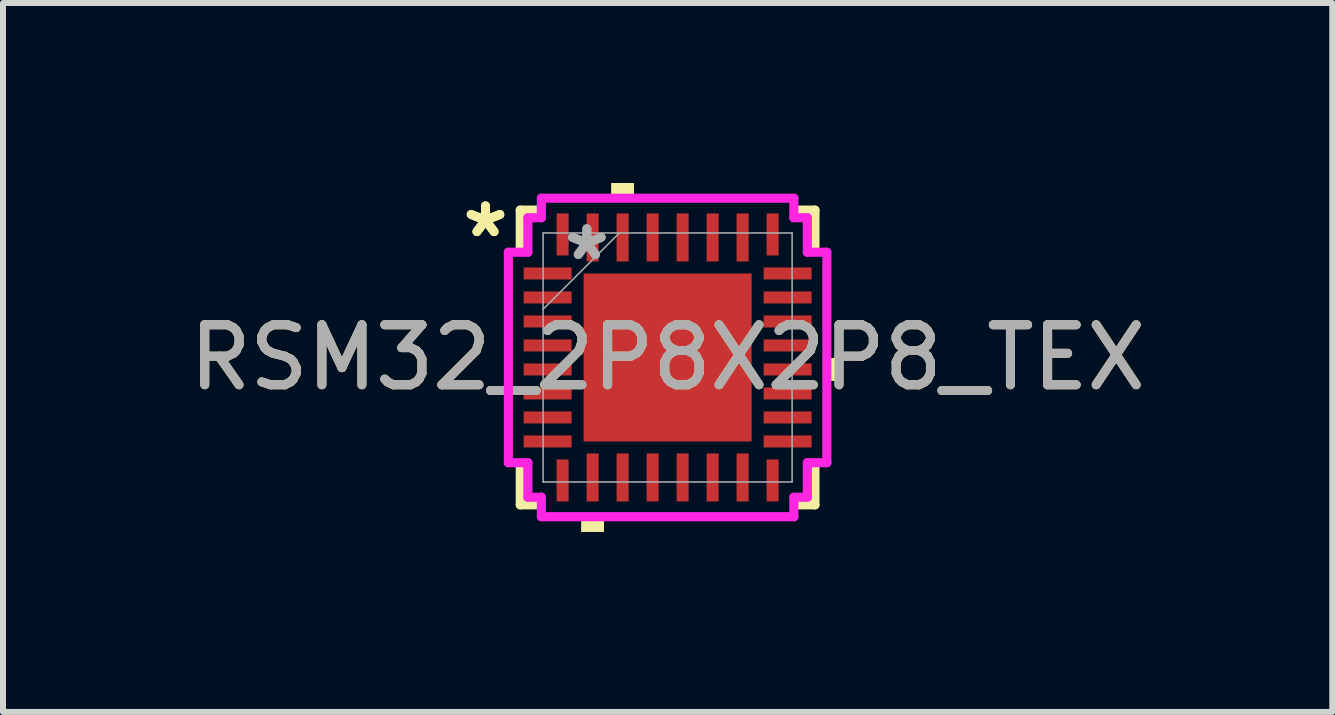
<source format=kicad_pcb>
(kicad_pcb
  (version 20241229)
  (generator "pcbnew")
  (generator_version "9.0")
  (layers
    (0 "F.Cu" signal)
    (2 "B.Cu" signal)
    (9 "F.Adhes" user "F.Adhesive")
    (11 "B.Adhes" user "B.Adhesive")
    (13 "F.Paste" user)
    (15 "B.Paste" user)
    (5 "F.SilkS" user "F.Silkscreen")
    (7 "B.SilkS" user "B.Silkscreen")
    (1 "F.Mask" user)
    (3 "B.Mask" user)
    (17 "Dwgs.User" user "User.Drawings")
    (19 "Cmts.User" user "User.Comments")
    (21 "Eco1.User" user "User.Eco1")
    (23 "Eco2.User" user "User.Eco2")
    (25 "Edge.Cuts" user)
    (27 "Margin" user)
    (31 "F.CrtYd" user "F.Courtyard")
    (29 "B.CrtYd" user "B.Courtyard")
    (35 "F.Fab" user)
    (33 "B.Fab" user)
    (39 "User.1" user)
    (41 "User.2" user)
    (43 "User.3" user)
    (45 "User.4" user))
  (footprint "RSM32_2P8X2P8_TEX"
    (layer "F.Cu")
    (at 8.077 2.908)
    (property "Reference" "RSM32_2P8X2P8_TEX" (at 0 0 0) (unlocked yes) (layer "F.SilkS") (effects (font (size 1 1) (thickness 0.15))))
    (attr smd)
    (fp_poly (pts (xy -1.464 -1.464) (xy -0.987 -1.464) (xy -0.987 1.464) (xy -1.464 1.464)) (stroke (width 0) (type solid)) (fill yes) (layer "F.Mask"))
    (fp_poly (pts (xy -1.464 -1.464) (xy 1.464 -1.464) (xy 1.464 -0.987) (xy -1.464 -0.987)) (stroke (width 0) (type solid)) (fill yes) (layer "F.Mask"))
    (fp_poly (pts (xy -1.464 -0.587) (xy 1.464 -0.587) (xy 1.464 -0.2) (xy -1.464 -0.2)) (stroke (width 0) (type solid)) (fill yes) (layer "F.Mask"))
    (fp_poly (pts (xy -1.464 0.2) (xy 1.464 0.2) (xy 1.464 0.587) (xy -1.464 0.587)) (stroke (width 0) (type solid)) (fill yes) (layer "F.Mask"))
    (fp_poly (pts (xy -1.464 0.987) (xy 1.464 0.987) (xy 1.464 1.464) (xy -1.464 1.464)) (stroke (width 0) (type solid)) (fill yes) (layer "F.Mask"))
    (fp_poly (pts (xy -0.2 -1.464) (xy -0.587 -1.464) (xy -0.587 1.464) (xy -0.2 1.464)) (stroke (width 0) (type solid)) (fill yes) (layer "F.Mask"))
    (fp_poly (pts (xy 0.587 -1.464) (xy 0.2 -1.464) (xy 0.2 1.464) (xy 0.587 1.464)) (stroke (width 0) (type solid)) (fill yes) (layer "F.Mask"))
    (fp_poly (pts (xy 0.987 -1.464) (xy 1.464 -1.464) (xy 1.464 1.464) (xy 0.987 1.464)) (stroke (width 0) (type solid)) (fill yes) (layer "F.Mask"))
    (fp_line (start -2.456 -2.456) (end -2.456 -1.828) (stroke (width 0.152) (type solid)) (layer "F.SilkS"))
    (fp_line (start -2.456 1.828) (end -2.456 2.456) (stroke (width 0.152) (type solid)) (layer "F.SilkS"))
    (fp_line (start -2.456 2.456) (end -2.178 2.456) (stroke (width 0.152) (type solid)) (layer "F.SilkS"))
    (fp_line (start -2.178 -2.456) (end -2.456 -2.456) (stroke (width 0.152) (type solid)) (layer "F.SilkS"))
    (fp_line (start 2.178 2.456) (end 2.456 2.456) (stroke (width 0.152) (type solid)) (layer "F.SilkS"))
    (fp_line (start 2.456 -2.456) (end 2.178 -2.456) (stroke (width 0.152) (type solid)) (layer "F.SilkS"))
    (fp_line (start 2.456 -1.828) (end 2.456 -2.456) (stroke (width 0.152) (type solid)) (layer "F.SilkS"))
    (fp_line (start 2.456 2.456) (end 2.456 1.828) (stroke (width 0.152) (type solid)) (layer "F.SilkS"))
    (fp_poly (pts (xy -1.441 2.654) (xy -1.441 2.908) (xy -1.06 2.908) (xy -1.06 2.654)) (stroke (width 0) (type solid)) (fill yes) (layer "F.SilkS"))
    (fp_poly (pts (xy -0.941 -2.654) (xy -0.941 -2.908) (xy -0.56 -2.908) (xy -0.56 -2.654)) (stroke (width 0) (type solid)) (fill yes) (layer "F.SilkS"))
    (fp_poly (pts (xy 2.908 0.009) (xy 2.908 0.391) (xy 2.654 0.391) (xy 2.654 0.009)) (stroke (width 0) (type solid)) (fill yes) (layer "F.SilkS"))
    (fp_poly (pts (xy -1.325 -1.325) (xy -1.325 -0.887) (xy -1.029 -0.887) (xy -0.887 -1.029) (xy -0.887 -1.325)) (stroke (width 0) (type solid)) (fill yes) (layer "F.Paste"))
    (fp_poly (pts (xy -1.325 0.887) (xy -1.325 1.325) (xy -0.887 1.325) (xy -0.887 1.029) (xy -1.029 0.887)) (stroke (width 0) (type solid)) (fill yes) (layer "F.Paste"))
    (fp_poly (pts (xy 0.887 -1.325) (xy 0.887 -1.029) (xy 1.029 -0.887) (xy 1.325 -0.887) (xy 1.325 -1.325)) (stroke (width 0) (type solid)) (fill yes) (layer "F.Paste"))
    (fp_poly (pts (xy 1.029 0.887) (xy 0.887 1.029) (xy 0.887 1.325) (xy 1.325 1.325) (xy 1.325 0.887)) (stroke (width 0) (type solid)) (fill yes) (layer "F.Paste"))
    (fp_poly (pts (xy -1.325 -0.687) (xy -1.325 -0.1) (xy -1.029 -0.1) (xy -0.887 -0.241) (xy -0.887 -0.546) (xy -1.029 -0.687)) (stroke (width 0) (type solid)) (fill yes) (layer "F.Paste"))
    (fp_poly (pts (xy -1.325 0.1) (xy -1.325 0.687) (xy -1.029 0.687) (xy -0.887 0.546) (xy -0.887 0.241) (xy -1.029 0.1)) (stroke (width 0) (type solid)) (fill yes) (layer "F.Paste"))
    (fp_poly (pts (xy -0.687 -1.325) (xy -0.687 -1.029) (xy -0.546 -0.887) (xy -0.241 -0.887) (xy -0.1 -1.029) (xy -0.1 -1.325)) (stroke (width 0) (type solid)) (fill yes) (layer "F.Paste"))
    (fp_poly (pts (xy -0.546 0.887) (xy -0.687 1.029) (xy -0.687 1.325) (xy -0.1 1.325) (xy -0.1 1.029) (xy -0.241 0.887)) (stroke (width 0) (type solid)) (fill yes) (layer "F.Paste"))
    (fp_poly (pts (xy 0.1 -1.325) (xy 0.1 -1.029) (xy 0.241 -0.887) (xy 0.546 -0.887) (xy 0.687 -1.029) (xy 0.687 -1.325)) (stroke (width 0) (type solid)) (fill yes) (layer "F.Paste"))
    (fp_poly (pts (xy 0.241 0.887) (xy 0.1 1.029) (xy 0.1 1.325) (xy 0.687 1.325) (xy 0.687 1.029) (xy 0.546 0.887)) (stroke (width 0) (type solid)) (fill yes) (layer "F.Paste"))
    (fp_poly (pts (xy 1.029 -0.687) (xy 0.887 -0.546) (xy 0.887 -0.241) (xy 1.029 -0.1) (xy 1.325 -0.1) (xy 1.325 -0.687)) (stroke (width 0) (type solid)) (fill yes) (layer "F.Paste"))
    (fp_poly (pts (xy 1.029 0.1) (xy 0.887 0.241) (xy 0.887 0.546) (xy 1.029 0.687) (xy 1.325 0.687) (xy 1.325 0.1)) (stroke (width 0) (type solid)) (fill yes) (layer "F.Paste"))
    (fp_poly (pts (xy -0.546 -0.687) (xy -0.687 -0.546) (xy -0.687 -0.241) (xy -0.546 -0.1) (xy -0.241 -0.1) (xy -0.1 -0.241) (xy -0.1 -0.546) (xy -0.241 -0.687)) (stroke (width 0) (type solid)) (fill yes) (layer "F.Paste"))
    (fp_poly (pts (xy -0.546 0.1) (xy -0.687 0.241) (xy -0.687 0.546) (xy -0.546 0.687) (xy -0.241 0.687) (xy -0.1 0.546) (xy -0.1 0.241) (xy -0.241 0.1)) (stroke (width 0) (type solid)) (fill yes) (layer "F.Paste"))
    (fp_poly (pts (xy 0.241 -0.687) (xy 0.1 -0.546) (xy 0.1 -0.241) (xy 0.241 -0.1) (xy 0.546 -0.1) (xy 0.687 -0.241) (xy 0.687 -0.546) (xy 0.546 -0.687)) (stroke (width 0) (type solid)) (fill yes) (layer "F.Paste"))
    (fp_poly (pts (xy 0.241 0.1) (xy 0.1 0.241) (xy 0.1 0.546) (xy 0.241 0.687) (xy 0.546 0.687) (xy 0.687 0.546) (xy 0.687 0.241) (xy 0.546 0.1)) (stroke (width 0) (type solid)) (fill yes) (layer "F.Paste"))
    (fp_circle (center -0.787 -0.787) (end -0.597 -0.787) (stroke (width 0.127) (type solid)) (fill no) (layer "Eco1.User"))
    (fp_circle (center -0.787 0) (end -0.597 0) (stroke (width 0.127) (type solid)) (fill no) (layer "Eco1.User"))
    (fp_circle (center -0.787 0.787) (end -0.597 0.787) (stroke (width 0.127) (type solid)) (fill no) (layer "Eco1.User"))
    (fp_circle (center 0 -0.787) (end 0.191 -0.787) (stroke (width 0.127) (type solid)) (fill no) (layer "Eco1.User"))
    (fp_circle (center 0 0) (end 0.191 0) (stroke (width 0.127) (type solid)) (fill no) (layer "Eco1.User"))
    (fp_circle (center 0 0.787) (end 0.191 0.787) (stroke (width 0.127) (type solid)) (fill no) (layer "Eco1.User"))
    (fp_circle (center 0.787 -0.787) (end 0.978 -0.787) (stroke (width 0.127) (type solid)) (fill no) (layer "Eco1.User"))
    (fp_circle (center 0.787 0) (end 0.978 0) (stroke (width 0.127) (type solid)) (fill no) (layer "Eco1.User"))
    (fp_circle (center 0.787 0.787) (end 0.978 0.787) (stroke (width 0.127) (type solid)) (fill no) (layer "Eco1.User"))
    (fp_line (start -2.654 -1.754) (end -2.329 -1.754) (stroke (width 0.152) (type solid)) (layer "F.CrtYd"))
    (fp_line (start -2.654 1.754) (end -2.654 -1.754) (stroke (width 0.152) (type solid)) (layer "F.CrtYd"))
    (fp_line (start -2.329 -2.329) (end -2.104 -2.329) (stroke (width 0.152) (type solid)) (layer "F.CrtYd"))
    (fp_line (start -2.329 -1.754) (end -2.329 -2.329) (stroke (width 0.152) (type solid)) (layer "F.CrtYd"))
    (fp_line (start -2.329 1.754) (end -2.654 1.754) (stroke (width 0.152) (type solid)) (layer "F.CrtYd"))
    (fp_line (start -2.329 2.329) (end -2.329 1.754) (stroke (width 0.152) (type solid)) (layer "F.CrtYd"))
    (fp_line (start -2.104 -2.654) (end 2.104 -2.654) (stroke (width 0.152) (type solid)) (layer "F.CrtYd"))
    (fp_line (start -2.104 -2.329) (end -2.104 -2.654) (stroke (width 0.152) (type solid)) (layer "F.CrtYd"))
    (fp_line (start -2.104 2.329) (end -2.329 2.329) (stroke (width 0.152) (type solid)) (layer "F.CrtYd"))
    (fp_line (start -2.104 2.654) (end -2.104 2.329) (stroke (width 0.152) (type solid)) (layer "F.CrtYd"))
    (fp_line (start 2.104 -2.654) (end 2.104 -2.329) (stroke (width 0.152) (type solid)) (layer "F.CrtYd"))
    (fp_line (start 2.104 -2.329) (end 2.329 -2.329) (stroke (width 0.152) (type solid)) (layer "F.CrtYd"))
    (fp_line (start 2.104 2.329) (end 2.104 2.654) (stroke (width 0.152) (type solid)) (layer "F.CrtYd"))
    (fp_line (start 2.104 2.654) (end -2.104 2.654) (stroke (width 0.152) (type solid)) (layer "F.CrtYd"))
    (fp_line (start 2.329 -2.329) (end 2.329 -1.754) (stroke (width 0.152) (type solid)) (layer "F.CrtYd"))
    (fp_line (start 2.329 -1.754) (end 2.654 -1.754) (stroke (width 0.152) (type solid)) (layer "F.CrtYd"))
    (fp_line (start 2.329 1.754) (end 2.329 2.329) (stroke (width 0.152) (type solid)) (layer "F.CrtYd"))
    (fp_line (start 2.329 2.329) (end 2.104 2.329) (stroke (width 0.152) (type solid)) (layer "F.CrtYd"))
    (fp_line (start 2.654 -1.754) (end 2.654 1.754) (stroke (width 0.152) (type solid)) (layer "F.CrtYd"))
    (fp_line (start 2.654 1.754) (end 2.329 1.754) (stroke (width 0.152) (type solid)) (layer "F.CrtYd"))
    (fp_line (start -2.075 -2.075) (end -2.075 2.075) (stroke (width 0.025) (type solid)) (layer "F.Fab"))
    (fp_line (start -2.075 -0.805) (end -0.805 -2.075) (stroke (width 0.025) (type solid)) (layer "F.Fab"))
    (fp_line (start -2.075 2.075) (end 2.075 2.075) (stroke (width 0.025) (type solid)) (layer "F.Fab"))
    (fp_line (start 2.075 -2.075) (end -2.075 -2.075) (stroke (width 0.025) (type solid)) (layer "F.Fab"))
    (fp_line (start 2.075 2.075) (end 2.075 -2.075) (stroke (width 0.025) (type solid)) (layer "F.Fab"))
    (fp_text user "*" (at -3.035 -1.981 0) (unlocked yes) (layer "F.SilkS") (effects (font (size 1 1) (thickness 0.15))))
    (fp_text user "*" (at -3.035 -1.981 0) (layer "F.SilkS") (effects (font (size 1 1) (thickness 0.15))))
    (fp_text user "*" (at -1.346 -1.6 0) (unlocked yes) (layer "F.Fab") (effects (font (size 1 1) (thickness 0.15))))
    (fp_text user "*" (at -1.346 -1.6 0) (layer "F.Fab") (effects (font (size 1 1) (thickness 0.15))))
    (fp_text user "${REFERENCE}" (at 0 0 0) (unlocked yes) (layer "F.Fab") (effects (font (size 1 1) (thickness 0.15))))
    (pad "1" smd rect (at -2 -1.4 90) (size 0.2 0.8) (layers "F.Cu" "F.Mask" "F.Paste"))
    (pad "2" smd rect (at -2 -1 90) (size 0.2 0.8) (layers "F.Cu" "F.Mask" "F.Paste"))
    (pad "3" smd rect (at -2 -0.6 90) (size 0.2 0.8) (layers "F.Cu" "F.Mask" "F.Paste"))
    (pad "4" smd rect (at -2 -0.2 90) (size 0.2 0.8) (layers "F.Cu" "F.Mask" "F.Paste"))
    (pad "5" smd rect (at -2 0.2 90) (size 0.2 0.8) (layers "F.Cu" "F.Mask" "F.Paste"))
    (pad "6" smd rect (at -2 0.6 90) (size 0.2 0.8) (layers "F.Cu" "F.Mask" "F.Paste"))
    (pad "7" smd rect (at -2 1 90) (size 0.2 0.8) (layers "F.Cu" "F.Mask" "F.Paste"))
    (pad "8" smd rect (at -2 1.4 90) (size 0.2 0.8) (layers "F.Cu" "F.Mask" "F.Paste"))
    (pad "9" smd rect (at -1.75 2.05) (size 0.2 0.7) (layers "F.Cu" "F.Mask" "F.Paste"))
    (pad "10" smd rect (at -1.25 2) (size 0.2 0.8) (layers "F.Cu" "F.Mask" "F.Paste"))
    (pad "11" smd rect (at -0.75 2) (size 0.2 0.8) (layers "F.Cu" "F.Mask" "F.Paste"))
    (pad "12" smd rect (at -0.25 2) (size 0.2 0.8) (layers "F.Cu" "F.Mask" "F.Paste"))
    (pad "13" smd rect (at 0.25 2) (size 0.2 0.8) (layers "F.Cu" "F.Mask" "F.Paste"))
    (pad "14" smd rect (at 0.75 2) (size 0.2 0.8) (layers "F.Cu" "F.Mask" "F.Paste"))
    (pad "15" smd rect (at 1.25 2) (size 0.2 0.8) (layers "F.Cu" "F.Mask" "F.Paste"))
    (pad "16" smd rect (at 1.75 2.05) (size 0.2 0.7) (layers "F.Cu" "F.Mask" "F.Paste"))
    (pad "17" smd rect (at 2 1.4 90) (size 0.2 0.8) (layers "F.Cu" "F.Mask" "F.Paste"))
    (pad "18" smd rect (at 2 1 90) (size 0.2 0.8) (layers "F.Cu" "F.Mask" "F.Paste"))
    (pad "19" smd rect (at 2 0.6 90) (size 0.2 0.8) (layers "F.Cu" "F.Mask" "F.Paste"))
    (pad "20" smd rect (at 2 0.2 90) (size 0.2 0.8) (layers "F.Cu" "F.Mask" "F.Paste"))
    (pad "21" smd rect (at 2 -0.2 90) (size 0.2 0.8) (layers "F.Cu" "F.Mask" "F.Paste"))
    (pad "22" smd rect (at 2 -0.6 90) (size 0.2 0.8) (layers "F.Cu" "F.Mask" "F.Paste"))
    (pad "23" smd rect (at 2 -1 90) (size 0.2 0.8) (layers "F.Cu" "F.Mask" "F.Paste"))
    (pad "24" smd rect (at 2 -1.4 90) (size 0.2 0.8) (layers "F.Cu" "F.Mask" "F.Paste"))
    (pad "25" smd rect (at 1.75 -2.05) (size 0.2 0.7) (layers "F.Cu" "F.Mask" "F.Paste"))
    (pad "26" smd rect (at 1.25 -2) (size 0.2 0.8) (layers "F.Cu" "F.Mask" "F.Paste"))
    (pad "27" smd rect (at 0.75 -2) (size 0.2 0.8) (layers "F.Cu" "F.Mask" "F.Paste"))
    (pad "28" smd rect (at 0.25 -2) (size 0.2 0.8) (layers "F.Cu" "F.Mask" "F.Paste"))
    (pad "29" smd rect (at -0.25 -2) (size 0.2 0.8) (layers "F.Cu" "F.Mask" "F.Paste"))
    (pad "30" smd rect (at -0.75 -2) (size 0.2 0.8) (layers "F.Cu" "F.Mask" "F.Paste"))
    (pad "31" smd rect (at -1.25 -2) (size 0.2 0.8) (layers "F.Cu" "F.Mask" "F.Paste"))
    (pad "32" smd rect (at -1.75 -2.05) (size 0.2 0.7) (layers "F.Cu" "F.Mask" "F.Paste"))
    (pad "33" smd rect (at 0 0) (size 2.8 2.8) (layers "F.Cu")))
  (gr_rect
    (start -3 -3)
    (end 19.155 8.816)
    (stroke (width 0.1) (type default))
    (fill no)
    (layer "Edge.Cuts")))
</source>
